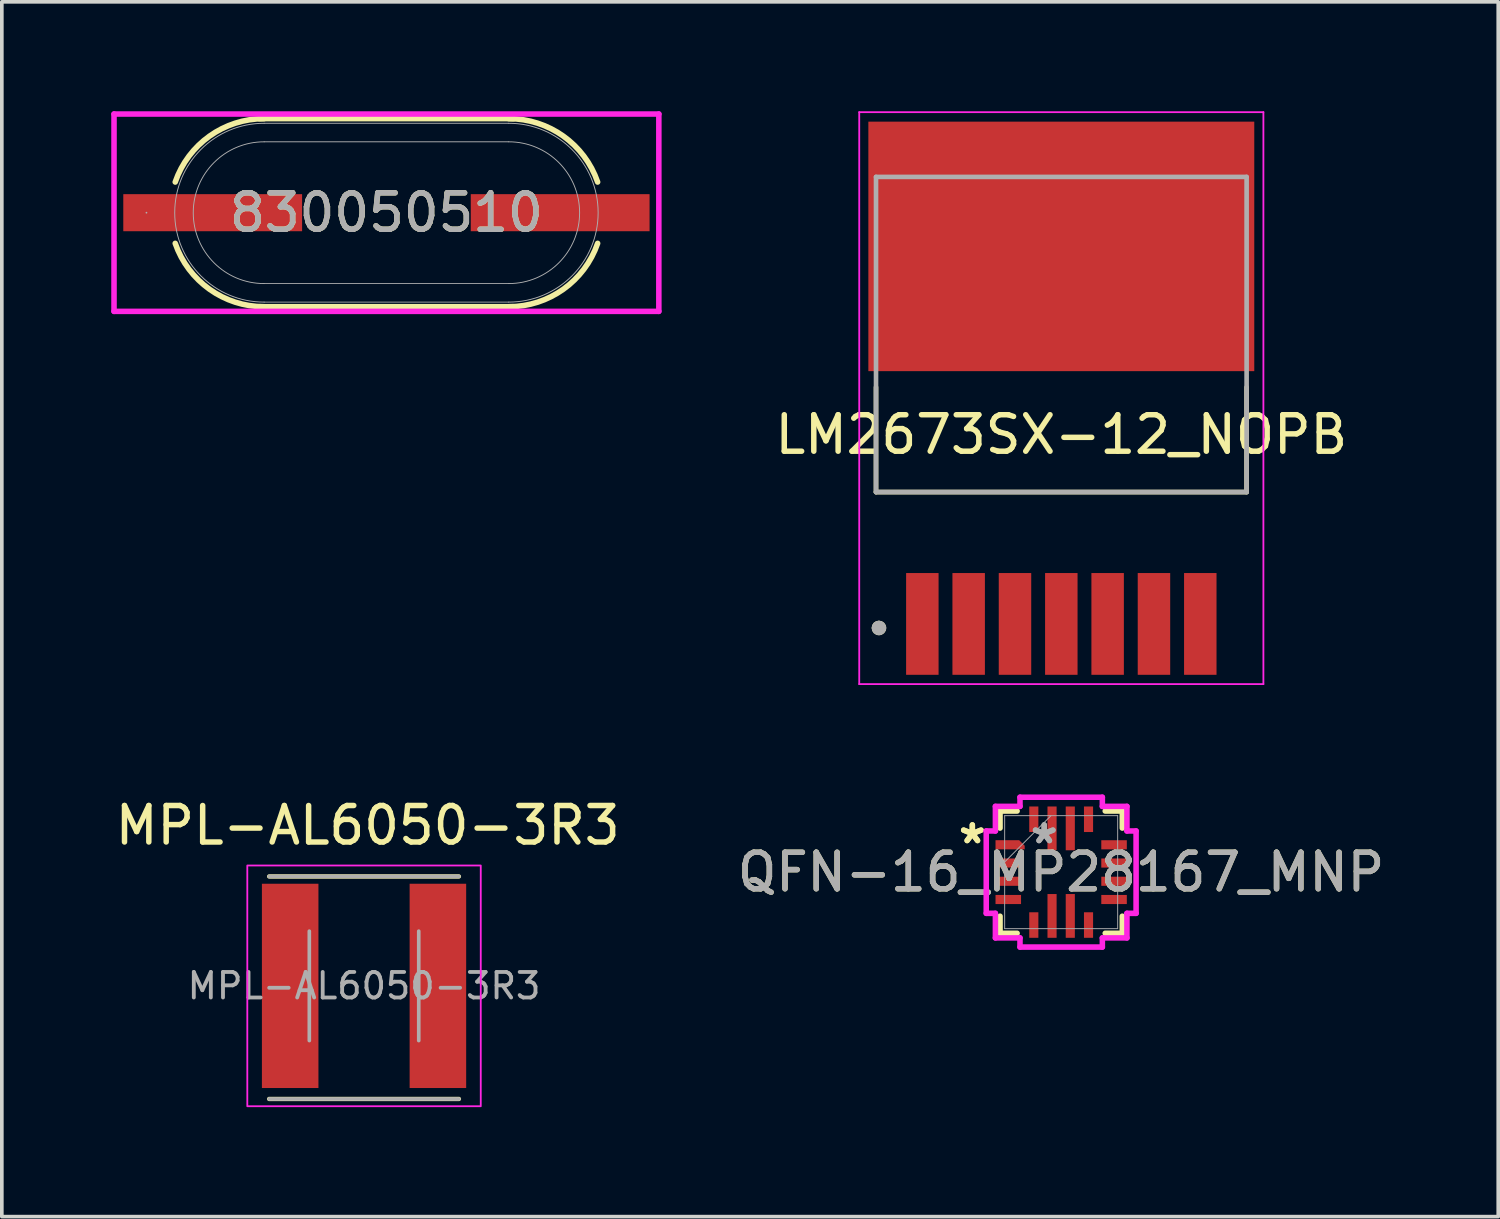
<source format=kicad_pcb>
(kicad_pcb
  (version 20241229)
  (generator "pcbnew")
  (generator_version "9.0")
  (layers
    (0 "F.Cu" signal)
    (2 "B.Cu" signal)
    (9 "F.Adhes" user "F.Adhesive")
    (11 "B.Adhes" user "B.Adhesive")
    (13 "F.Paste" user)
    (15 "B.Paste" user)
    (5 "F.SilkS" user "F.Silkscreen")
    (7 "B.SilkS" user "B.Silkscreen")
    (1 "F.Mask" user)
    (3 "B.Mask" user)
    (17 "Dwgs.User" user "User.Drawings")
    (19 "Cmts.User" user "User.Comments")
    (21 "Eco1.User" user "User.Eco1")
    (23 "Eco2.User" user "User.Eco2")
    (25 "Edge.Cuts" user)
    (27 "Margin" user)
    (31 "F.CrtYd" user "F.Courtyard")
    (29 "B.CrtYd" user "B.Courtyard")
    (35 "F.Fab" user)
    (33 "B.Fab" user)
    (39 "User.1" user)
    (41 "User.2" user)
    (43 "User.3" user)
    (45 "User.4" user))
  (footprint "QFN-16_MP28167_MNP"
    (layer "F.Cu")
    (at 26.042 20.86)
    (property "Reference" "QFN-16_MP28167_MNP" (at 0 0 0) (unlocked yes) (layer "F.SilkS") (effects (font (size 1 1) (thickness 0.15))))
    (attr smd)
    (fp_poly (pts (xy -1.8 -0.875) (xy -1.8 -0.625) (xy -1 -0.625) (xy -1 -0.725) (xy -1.15 -0.875)) (stroke (width 0) (type solid)) (fill yes) (layer "F.Cu"))
    (fp_poly (pts (xy -1.8 -0.875) (xy -1.8 -0.625) (xy -1 -0.625) (xy -1 -0.725) (xy -1.15 -0.875)) (stroke (width 0) (type solid)) (fill yes) (layer "F.Mask"))
    (fp_line (start -1.676 -1.676) (end -1.676 -1.208) (stroke (width 0.152) (type solid)) (layer "F.SilkS"))
    (fp_line (start -1.676 1.208) (end -1.676 1.676) (stroke (width 0.152) (type solid)) (layer "F.SilkS"))
    (fp_line (start -1.676 1.676) (end -1.208 1.676) (stroke (width 0.152) (type solid)) (layer "F.SilkS"))
    (fp_line (start -1.208 -1.676) (end -1.676 -1.676) (stroke (width 0.152) (type solid)) (layer "F.SilkS"))
    (fp_line (start 1.208 1.676) (end 1.676 1.676) (stroke (width 0.152) (type solid)) (layer "F.SilkS"))
    (fp_line (start 1.676 -1.676) (end 1.208 -1.676) (stroke (width 0.152) (type solid)) (layer "F.SilkS"))
    (fp_line (start 1.676 -1.208) (end 1.676 -1.676) (stroke (width 0.152) (type solid)) (layer "F.SilkS"))
    (fp_line (start 1.676 1.676) (end 1.676 1.208) (stroke (width 0.152) (type solid)) (layer "F.SilkS"))
    (fp_poly (pts (xy -1.8 -0.875) (xy -1.8 -0.625) (xy -1 -0.625) (xy -1 -0.725) (xy -1.15 -0.875)) (stroke (width 0) (type solid)) (fill yes) (layer "F.Paste"))
    (fp_line (start -2.054 -1.129) (end -1.803 -1.129) (stroke (width 0.152) (type solid)) (layer "F.CrtYd"))
    (fp_line (start -2.054 1.129) (end -2.054 -1.129) (stroke (width 0.152) (type solid)) (layer "F.CrtYd"))
    (fp_line (start -1.803 -1.803) (end -1.129 -1.803) (stroke (width 0.152) (type solid)) (layer "F.CrtYd"))
    (fp_line (start -1.803 -1.129) (end -1.803 -1.803) (stroke (width 0.152) (type solid)) (layer "F.CrtYd"))
    (fp_line (start -1.803 1.129) (end -2.054 1.129) (stroke (width 0.152) (type solid)) (layer "F.CrtYd"))
    (fp_line (start -1.803 1.803) (end -1.803 1.129) (stroke (width 0.152) (type solid)) (layer "F.CrtYd"))
    (fp_line (start -1.129 -2.054) (end 1.129 -2.054) (stroke (width 0.152) (type solid)) (layer "F.CrtYd"))
    (fp_line (start -1.129 -1.803) (end -1.129 -2.054) (stroke (width 0.152) (type solid)) (layer "F.CrtYd"))
    (fp_line (start -1.129 1.803) (end -1.803 1.803) (stroke (width 0.152) (type solid)) (layer "F.CrtYd"))
    (fp_line (start -1.129 2.054) (end -1.129 1.803) (stroke (width 0.152) (type solid)) (layer "F.CrtYd"))
    (fp_line (start 1.129 -2.054) (end 1.129 -1.803) (stroke (width 0.152) (type solid)) (layer "F.CrtYd"))
    (fp_line (start 1.129 -1.803) (end 1.803 -1.803) (stroke (width 0.152) (type solid)) (layer "F.CrtYd"))
    (fp_line (start 1.129 1.803) (end 1.129 2.054) (stroke (width 0.152) (type solid)) (layer "F.CrtYd"))
    (fp_line (start 1.129 2.054) (end -1.129 2.054) (stroke (width 0.152) (type solid)) (layer "F.CrtYd"))
    (fp_line (start 1.803 -1.803) (end 1.803 -1.129) (stroke (width 0.152) (type solid)) (layer "F.CrtYd"))
    (fp_line (start 1.803 -1.129) (end 2.054 -1.129) (stroke (width 0.152) (type solid)) (layer "F.CrtYd"))
    (fp_line (start 1.803 1.129) (end 1.803 1.803) (stroke (width 0.152) (type solid)) (layer "F.CrtYd"))
    (fp_line (start 1.803 1.803) (end 1.129 1.803) (stroke (width 0.152) (type solid)) (layer "F.CrtYd"))
    (fp_line (start 2.054 -1.129) (end 2.054 1.129) (stroke (width 0.152) (type solid)) (layer "F.CrtYd"))
    (fp_line (start 2.054 1.129) (end 1.803 1.129) (stroke (width 0.152) (type solid)) (layer "F.CrtYd"))
    (fp_line (start -1.549 -1.549) (end -1.549 1.549) (stroke (width 0.025) (type solid)) (layer "F.Fab"))
    (fp_line (start -1.549 -0.279) (end -0.279 -1.549) (stroke (width 0.025) (type solid)) (layer "F.Fab"))
    (fp_line (start -1.549 1.549) (end 1.549 1.549) (stroke (width 0.025) (type solid)) (layer "F.Fab"))
    (fp_line (start 1.549 -1.549) (end -1.549 -1.549) (stroke (width 0.025) (type solid)) (layer "F.Fab"))
    (fp_line (start 1.549 1.549) (end 1.549 -1.549) (stroke (width 0.025) (type solid)) (layer "F.Fab"))
    (fp_text user "*" (at -2.435 -0.75 0) (layer "F.SilkS") (effects (font (size 1 1) (thickness 0.15))))
    (fp_text user "*" (at -2.435 -0.75 0) (unlocked yes) (layer "F.SilkS") (effects (font (size 1 1) (thickness 0.15))))
    (fp_text user "*" (at -0.465 -0.75 0) (layer "F.Fab") (effects (font (size 1 1) (thickness 0.15))))
    (fp_text user "${REFERENCE}" (at 0 0 0) (unlocked yes) (layer "F.Fab") (effects (font (size 1 1) (thickness 0.15))))
    (fp_text user "*" (at -0.465 -0.75 0) (unlocked yes) (layer "F.Fab") (effects (font (size 1 1) (thickness 0.15))))
    (pad "1" smd rect (at -1.4 -0.75) (size 0.127 0.127) (layers "F.Cu" "F.Mask" "F.Paste"))
    (pad "2" smd rect (at -1.45 -0.25) (size 0.7 0.25) (layers "F.Cu" "F.Mask" "F.Paste"))
    (pad "3" smd rect (at -1.45 0.25) (size 0.7 0.25) (layers "F.Cu" "F.Mask" "F.Paste"))
    (pad "4" smd rect (at -1.45 0.75) (size 0.7 0.25) (layers "F.Cu" "F.Mask" "F.Paste"))
    (pad "5" smd rect (at -0.75 1.45 90) (size 0.7 0.25) (layers "F.Cu" "F.Mask" "F.Paste"))
    (pad "6" smd rect (at -0.25 1.2 90) (size 1.2 0.25) (layers "F.Cu" "F.Mask" "F.Paste"))
    (pad "7" smd rect (at 0.25 1.2 90) (size 1.2 0.25) (layers "F.Cu" "F.Mask" "F.Paste"))
    (pad "8" smd rect (at 0.75 1.45 90) (size 0.7 0.25) (layers "F.Cu" "F.Mask" "F.Paste"))
    (pad "9" smd rect (at 1.45 0.75) (size 0.7 0.25) (layers "F.Cu" "F.Mask" "F.Paste"))
    (pad "10" smd rect (at 1.45 0.25) (size 0.7 0.25) (layers "F.Cu" "F.Mask" "F.Paste"))
    (pad "11" smd rect (at 1.45 -0.25) (size 0.7 0.25) (layers "F.Cu" "F.Mask" "F.Paste"))
    (pad "12" smd rect (at 1.45 -0.75) (size 0.7 0.25) (layers "F.Cu" "F.Mask" "F.Paste"))
    (pad "13" smd rect (at 0.75 -1.45 90) (size 0.7 0.25) (layers "F.Cu" "F.Mask" "F.Paste"))
    (pad "14" smd rect (at 0.25 -1.2 90) (size 1.2 0.25) (layers "F.Cu" "F.Mask" "F.Paste"))
    (pad "15" smd rect (at -0.25 -1.2 90) (size 1.2 0.25) (layers "F.Cu" "F.Mask" "F.Paste"))
    (pad "16" smd rect (at -0.75 -1.45 90) (size 0.7 0.25) (layers "F.Cu" "F.Mask" "F.Paste")))
  (footprint "LM2673SX-12_NOPB"
    (layer "F.Cu")
    (at 26.046 7.865)
    (property "Reference" "LM2673SX-12_NOPB" (at 0 1 0) (layer "F.SilkS") (effects (font (size 1 1) (thickness 0.15))))
    (attr smd)
    (fp_line (start -5.08 -0.3) (end -5.08 2.575) (stroke (width 0.127) (type solid)) (layer "F.SilkS"))
    (fp_line (start -5.08 2.575) (end 5.08 2.575) (stroke (width 0.127) (type solid)) (layer "F.SilkS"))
    (fp_line (start 5.08 2.575) (end 5.08 -0.3) (stroke (width 0.127) (type solid)) (layer "F.SilkS"))
    (fp_circle (center -5 6.3) (end -4.9 6.3) (stroke (width 0.2) (type solid)) (fill no) (layer "F.SilkS"))
    (fp_poly (pts (xy -5.03 -6.825) (xy -3.77 -6.825) (xy -3.77 -4.915) (xy -5.03 -4.915)) (stroke (width 0.01) (type solid)) (fill yes) (layer "F.Paste"))
    (fp_poly (pts (xy -5.03 -3.405) (xy -3.77 -3.405) (xy -3.77 -1.495) (xy -5.03 -1.495)) (stroke (width 0.01) (type solid)) (fill yes) (layer "F.Paste"))
    (fp_poly (pts (xy -3.27 -6.825) (xy -2.01 -6.825) (xy -2.01 -4.915) (xy -3.27 -4.915)) (stroke (width 0.01) (type solid)) (fill yes) (layer "F.Paste"))
    (fp_poly (pts (xy -3.27 -3.405) (xy -2.01 -3.405) (xy -2.01 -1.495) (xy -3.27 -1.495)) (stroke (width 0.01) (type solid)) (fill yes) (layer "F.Paste"))
    (fp_poly (pts (xy -1.51 -6.825) (xy -0.25 -6.825) (xy -0.25 -4.915) (xy -1.51 -4.915)) (stroke (width 0.01) (type solid)) (fill yes) (layer "F.Paste"))
    (fp_poly (pts (xy -1.51 -3.405) (xy -0.25 -3.405) (xy -0.25 -1.495) (xy -1.51 -1.495)) (stroke (width 0.01) (type solid)) (fill yes) (layer "F.Paste"))
    (fp_poly (pts (xy 0.25 -6.825) (xy 1.51 -6.825) (xy 1.51 -4.915) (xy 0.25 -4.915)) (stroke (width 0.01) (type solid)) (fill yes) (layer "F.Paste"))
    (fp_poly (pts (xy 0.25 -3.405) (xy 1.51 -3.405) (xy 1.51 -1.495) (xy 0.25 -1.495)) (stroke (width 0.01) (type solid)) (fill yes) (layer "F.Paste"))
    (fp_poly (pts (xy 2.01 -6.825) (xy 3.27 -6.825) (xy 3.27 -4.915) (xy 2.01 -4.915)) (stroke (width 0.01) (type solid)) (fill yes) (layer "F.Paste"))
    (fp_poly (pts (xy 2.01 -3.405) (xy 3.27 -3.405) (xy 3.27 -1.495) (xy 2.01 -1.495)) (stroke (width 0.01) (type solid)) (fill yes) (layer "F.Paste"))
    (fp_poly (pts (xy 3.77 -6.825) (xy 5.03 -6.825) (xy 5.03 -4.915) (xy 3.77 -4.915)) (stroke (width 0.01) (type solid)) (fill yes) (layer "F.Paste"))
    (fp_poly (pts (xy 3.77 -3.405) (xy 5.03 -3.405) (xy 5.03 -1.495) (xy 3.77 -1.495)) (stroke (width 0.01) (type solid)) (fill yes) (layer "F.Paste"))
    (fp_line (start -5.54 -7.84) (end 5.54 -7.84) (stroke (width 0.05) (type solid)) (layer "F.CrtYd"))
    (fp_line (start -5.54 7.84) (end -5.54 -7.84) (stroke (width 0.05) (type solid)) (layer "F.CrtYd"))
    (fp_line (start 5.54 -7.84) (end 5.54 7.84) (stroke (width 0.05) (type solid)) (layer "F.CrtYd"))
    (fp_line (start 5.54 7.84) (end -5.54 7.84) (stroke (width 0.05) (type solid)) (layer "F.CrtYd"))
    (fp_line (start -5.08 -6.065) (end 5.08 -6.065) (stroke (width 0.127) (type solid)) (layer "F.Fab"))
    (fp_line (start -5.08 2.575) (end -5.08 -6.065) (stroke (width 0.127) (type solid)) (layer "F.Fab"))
    (fp_line (start -5.08 2.575) (end 5.08 2.575) (stroke (width 0.127) (type solid)) (layer "F.Fab"))
    (fp_line (start 5.08 -6.065) (end 5.08 2.575) (stroke (width 0.127) (type solid)) (layer "F.Fab"))
    (fp_circle (center -5 6.3) (end -4.9 6.3) (stroke (width 0.2) (type solid)) (fill no) (layer "F.Fab"))
    (pad "1" smd rect (at -3.81 6.19) (size 0.89 2.79) (layers "F.Cu" "F.Mask" "F.Paste"))
    (pad "2" smd rect (at -2.54 6.19) (size 0.89 2.79) (layers "F.Cu" "F.Mask" "F.Paste"))
    (pad "3" smd rect (at -1.27 6.19) (size 0.89 2.79) (layers "F.Cu" "F.Mask" "F.Paste"))
    (pad "4" smd rect (at 0 6.19) (size 0.89 2.79) (layers "F.Cu" "F.Mask" "F.Paste"))
    (pad "5" smd rect (at 1.27 6.19) (size 0.89 2.79) (layers "F.Cu" "F.Mask" "F.Paste"))
    (pad "6" smd rect (at 2.54 6.19) (size 0.89 2.79) (layers "F.Cu" "F.Mask" "F.Paste"))
    (pad "7" smd rect (at 3.81 6.19) (size 0.89 2.79) (layers "F.Cu" "F.Mask" "F.Paste"))
    (pad "8" smd rect (at 0 -4.16) (size 10.58 6.84) (layers "F.Cu" "F.Mask")))
  (footprint "830050510"
    (layer "F.Cu")
    (at 7.544 2.781)
    (property "Reference" "830050510" (at 0 0 0) (unlocked yes) (layer "F.SilkS") (effects (font (size 1 1) (thickness 0.15))))
    (attr smd)
    (fp_line (start -3.48 -2.578) (end 3.48 -2.578) (stroke (width 0.152) (type solid)) (layer "F.SilkS"))
    (fp_line (start 3.48 2.578) (end -3.48 2.578) (stroke (width 0.152) (type solid)) (layer "F.SilkS"))
    (fp_arc (start -5.789961 -0.84074) (mid -4.849311 -2.099299) (end -3.3528 -2.5781) (stroke (width 0.1524) (type solid)) (layer "F.SilkS"))
    (fp_arc (start -3.3528 2.5781) (mid -4.849311 2.099298) (end -5.789962 0.840738) (stroke (width 0.1524) (type solid)) (layer "F.SilkS"))
    (fp_arc (start 3.3528 -2.5781) (mid 4.849311 -2.099299) (end 5.789961 -0.84074) (stroke (width 0.1524) (type solid)) (layer "F.SilkS"))
    (fp_arc (start 5.789961 0.84074) (mid 4.849311 2.099299) (end 3.3528 2.5781) (stroke (width 0.1524) (type solid)) (layer "F.SilkS"))
    (fp_line (start -7.468 -2.705) (end 7.468 -2.705) (stroke (width 0.152) (type solid)) (layer "F.CrtYd"))
    (fp_line (start -7.468 2.705) (end -7.468 -2.705) (stroke (width 0.152) (type solid)) (layer "F.CrtYd"))
    (fp_line (start 7.468 -2.705) (end 7.468 2.705) (stroke (width 0.152) (type solid)) (layer "F.CrtYd"))
    (fp_line (start 7.468 2.705) (end -7.468 2.705) (stroke (width 0.152) (type solid)) (layer "F.CrtYd"))
    (fp_line (start -3.353 -2.451) (end 3.353 -2.451) (stroke (width 0.025) (type solid)) (layer "F.Fab"))
    (fp_line (start -3.353 -1.943) (end 3.353 -1.943) (stroke (width 0.025) (type solid)) (layer "F.Fab"))
    (fp_line (start 3.353 1.943) (end -3.353 1.943) (stroke (width 0.025) (type solid)) (layer "F.Fab"))
    (fp_line (start 3.353 2.451) (end -3.353 2.451) (stroke (width 0.025) (type solid)) (layer "F.Fab"))
    (fp_arc (start -3.3528 1.9431) (mid -5.2959 0) (end -3.3528 -1.9431) (stroke (width 0.0254) (type solid)) (layer "F.Fab"))
    (fp_arc (start -3.3528 2.4511) (mid -5.8039 0) (end -3.3528 -2.4511) (stroke (width 0.0254) (type solid)) (layer "F.Fab"))
    (fp_arc (start 3.3528 -2.4511) (mid 5.8039 0) (end 3.3528 2.4511) (stroke (width 0.0254) (type solid)) (layer "F.Fab"))
    (fp_arc (start 3.3528 -1.9431) (mid 5.2959 0) (end 3.3528 1.9431) (stroke (width 0.0254) (type solid)) (layer "F.Fab"))
    (fp_circle (center -6.579 0) (end -6.579 0) (stroke (width 0.025) (type solid)) (fill no) (layer "F.Fab"))
    (fp_text user "${REFERENCE}" (at 0 0 0) (unlocked yes) (layer "F.Fab") (effects (font (size 1 1) (thickness 0.15))))
    (pad "1" smd rect (at -4.763 0 90) (size 1.016 4.902) (layers "F.Cu" "F.Mask" "F.Paste"))
    (pad "2" smd rect (at 4.763 0 90) (size 1.016 4.902) (layers "F.Cu" "F.Mask" "F.Paste")))
  (footprint "MPL-AL6050-3R3"
    (layer "F.Cu")
    (at 6.93 23.978)
    (property "Reference" "MPL-AL6050-3R3" (at 0.1 -4.4 0) (layer "F.SilkS") (effects (font (size 1 1) (thickness 0.15))))
    (attr smd)
    (fp_line (start 2.6 -3) (end -2.6 -3) (stroke (width 0.12) (type solid)) (layer "F.SilkS"))
    (fp_line (start 2.6 3.1) (end -2.6 3.1) (stroke (width 0.12) (type solid)) (layer "F.SilkS"))
    (fp_rect (start -3.2 -3.3) (end 3.2 3.3) (stroke (width 0.05) (type solid)) (fill no) (layer "F.CrtYd"))
    (fp_line (start -2.6 3.1) (end 2.6 3.1) (stroke (width 0.1) (type solid)) (layer "F.Fab"))
    (fp_line (start -1.5 -1.5) (end -1.5 1.5) (stroke (width 0.1) (type solid)) (layer "F.Fab"))
    (fp_line (start 1.5 1.5) (end 1.5 -1.5) (stroke (width 0.1) (type solid)) (layer "F.Fab"))
    (fp_line (start 2.6 -3) (end -2.6 -3) (stroke (width 0.1) (type solid)) (layer "F.Fab"))
    (fp_text user "${REFERENCE}" (at 0 0 0) (layer "F.Fab") (effects (font (size 0.7 0.7) (thickness 0.105))))
    (pad "1" smd rect (at -2.025 0) (size 1.55 5.6) (layers "F.Cu" "F.Mask" "F.Paste"))
    (pad "2" smd rect (at 2.025 0) (size 1.55 5.6) (layers "F.Cu" "F.Mask" "F.Paste")))
  (gr_rect
    (start -3 -3)
    (end 38.024 30.303)
    (stroke (width 0.1) (type default))
    (fill no)
    (layer "Edge.Cuts")))
</source>
